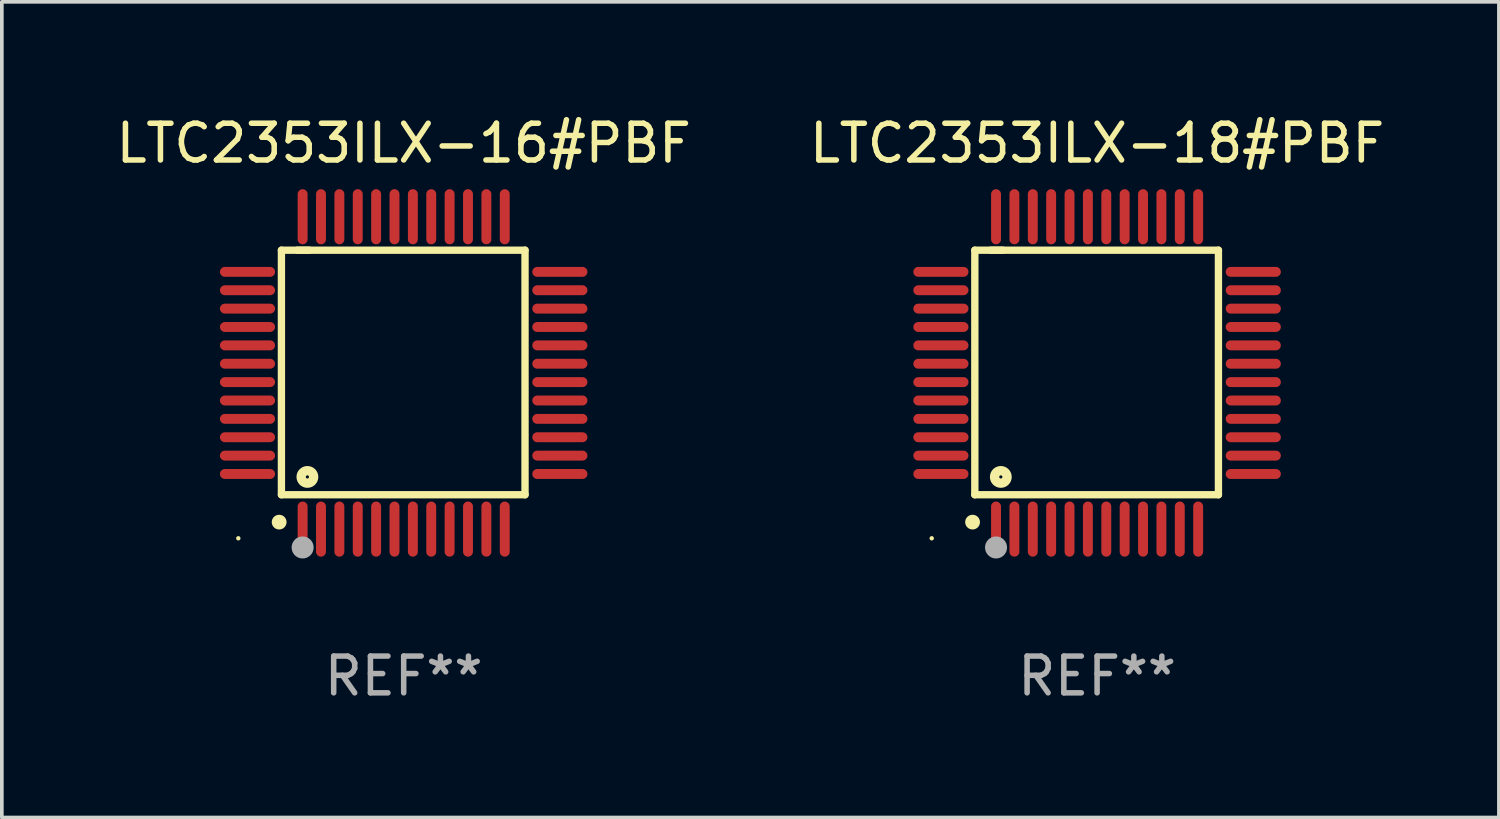
<source format=kicad_pcb>
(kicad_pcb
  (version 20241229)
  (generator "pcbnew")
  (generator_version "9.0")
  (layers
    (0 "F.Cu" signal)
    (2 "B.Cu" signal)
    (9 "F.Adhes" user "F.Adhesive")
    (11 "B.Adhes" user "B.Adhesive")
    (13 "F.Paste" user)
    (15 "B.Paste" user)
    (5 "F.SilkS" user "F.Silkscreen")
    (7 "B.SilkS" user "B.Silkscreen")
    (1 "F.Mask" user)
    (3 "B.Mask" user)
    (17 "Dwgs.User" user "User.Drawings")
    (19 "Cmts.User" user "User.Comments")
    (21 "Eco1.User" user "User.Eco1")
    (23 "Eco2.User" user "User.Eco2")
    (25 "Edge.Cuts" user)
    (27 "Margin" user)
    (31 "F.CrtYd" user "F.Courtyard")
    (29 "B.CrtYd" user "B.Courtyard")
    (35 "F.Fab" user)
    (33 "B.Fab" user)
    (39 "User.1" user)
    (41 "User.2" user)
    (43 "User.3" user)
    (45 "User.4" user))
  (footprint "LTC2353ILX-16#PBF"
    (layer "F.Cu")
    (at 7.935 7.098)
    (property "Reference" "LTC2353ILX-16#PBF" (at 0 -6.25 0) (layer "F.SilkS") (effects (font (size 1 1) (thickness 0.15))))
    (attr through_hole)
    (fp_line (start -3.327 -3.34) (end -2.565 -3.34) (stroke (width 0.2) (type solid)) (layer "F.SilkS"))
    (fp_line (start -3.327 3.315) (end -3.327 -3.34) (stroke (width 0.2) (type solid)) (layer "F.SilkS"))
    (fp_line (start -2.896 -3.34) (end 3.302 -3.34) (stroke (width 0.2) (type solid)) (layer "F.SilkS"))
    (fp_line (start 3.302 -3.34) (end 3.302 3.315) (stroke (width 0.2) (type solid)) (layer "F.SilkS"))
    (fp_line (start 3.302 3.315) (end -3.327 3.315) (stroke (width 0.2) (type solid)) (layer "F.SilkS"))
    (fp_arc (start -3.389992 4.059995) (mid -3.388722 4.059991) (end -3.387452 4.059995) (stroke (width 0.4) (type solid)) (layer "F.SilkS"))
    (fp_circle (center -4.5 4.5) (end -4.47 4.5) (stroke (width 0.06) (type solid)) (fill no) (layer "F.SilkS"))
    (fp_circle (center -2.62 2.83) (end -2.45 2.83) (stroke (width 0.254) (type solid)) (fill no) (layer "F.SilkS"))
    (fp_circle (center -2.75 4.75) (end -2.6 4.75) (stroke (width 0.3) (type solid)) (fill no) (layer "F.Fab"))
    (fp_text user "REF**" (at 0 8.25 0) (layer "F.Fab") (effects (font (size 1 1) (thickness 0.15))))
    (pad "1" smd oval (at -2.75 4.25) (size 0.27 1.5) (layers "F.Cu" "F.Mask" "F.Paste"))
    (pad "2" smd oval (at -2.25 4.25) (size 0.27 1.5) (layers "F.Cu" "F.Mask" "F.Paste"))
    (pad "3" smd oval (at -1.75 4.25) (size 0.27 1.5) (layers "F.Cu" "F.Mask" "F.Paste"))
    (pad "4" smd oval (at -1.25 4.25) (size 0.27 1.5) (layers "F.Cu" "F.Mask" "F.Paste"))
    (pad "5" smd oval (at -0.75 4.25) (size 0.27 1.5) (layers "F.Cu" "F.Mask" "F.Paste"))
    (pad "6" smd oval (at -0.25 4.25) (size 0.27 1.5) (layers "F.Cu" "F.Mask" "F.Paste"))
    (pad "7" smd oval (at 0.25 4.25) (size 0.27 1.5) (layers "F.Cu" "F.Mask" "F.Paste"))
    (pad "8" smd oval (at 0.75 4.25) (size 0.27 1.5) (layers "F.Cu" "F.Mask" "F.Paste"))
    (pad "9" smd oval (at 1.25 4.25) (size 0.27 1.5) (layers "F.Cu" "F.Mask" "F.Paste"))
    (pad "10" smd oval (at 1.75 4.25) (size 0.27 1.5) (layers "F.Cu" "F.Mask" "F.Paste"))
    (pad "11" smd oval (at 2.25 4.25) (size 0.27 1.5) (layers "F.Cu" "F.Mask" "F.Paste"))
    (pad "12" smd oval (at 2.75 4.25) (size 0.27 1.5) (layers "F.Cu" "F.Mask" "F.Paste"))
    (pad "13" smd oval (at 4.25 2.75) (size 1.5 0.27) (layers "F.Cu" "F.Mask" "F.Paste"))
    (pad "14" smd oval (at 4.25 2.25) (size 1.5 0.27) (layers "F.Cu" "F.Mask" "F.Paste"))
    (pad "15" smd oval (at 4.25 1.75) (size 1.5 0.27) (layers "F.Cu" "F.Mask" "F.Paste"))
    (pad "16" smd oval (at 4.25 1.25) (size 1.5 0.27) (layers "F.Cu" "F.Mask" "F.Paste"))
    (pad "17" smd oval (at 4.25 0.75) (size 1.5 0.27) (layers "F.Cu" "F.Mask" "F.Paste"))
    (pad "18" smd oval (at 4.25 0.25) (size 1.5 0.27) (layers "F.Cu" "F.Mask" "F.Paste"))
    (pad "19" smd oval (at 4.25 -0.25) (size 1.5 0.27) (layers "F.Cu" "F.Mask" "F.Paste"))
    (pad "20" smd oval (at 4.25 -0.75) (size 1.5 0.27) (layers "F.Cu" "F.Mask" "F.Paste"))
    (pad "21" smd oval (at 4.25 -1.25) (size 1.5 0.27) (layers "F.Cu" "F.Mask" "F.Paste"))
    (pad "22" smd oval (at 4.25 -1.75) (size 1.5 0.27) (layers "F.Cu" "F.Mask" "F.Paste"))
    (pad "23" smd oval (at 4.25 -2.25) (size 1.5 0.27) (layers "F.Cu" "F.Mask" "F.Paste"))
    (pad "24" smd oval (at 4.25 -2.75) (size 1.5 0.27) (layers "F.Cu" "F.Mask" "F.Paste"))
    (pad "25" smd oval (at 2.75 -4.25) (size 0.27 1.5) (layers "F.Cu" "F.Mask" "F.Paste"))
    (pad "26" smd oval (at 2.25 -4.25) (size 0.27 1.5) (layers "F.Cu" "F.Mask" "F.Paste"))
    (pad "27" smd oval (at 1.75 -4.25) (size 0.27 1.5) (layers "F.Cu" "F.Mask" "F.Paste"))
    (pad "28" smd oval (at 1.25 -4.25) (size 0.27 1.5) (layers "F.Cu" "F.Mask" "F.Paste"))
    (pad "29" smd oval (at 0.75 -4.25) (size 0.27 1.5) (layers "F.Cu" "F.Mask" "F.Paste"))
    (pad "30" smd oval (at 0.25 -4.25) (size 0.27 1.5) (layers "F.Cu" "F.Mask" "F.Paste"))
    (pad "31" smd oval (at -0.25 -4.25) (size 0.27 1.5) (layers "F.Cu" "F.Mask" "F.Paste"))
    (pad "32" smd oval (at -0.75 -4.25) (size 0.27 1.5) (layers "F.Cu" "F.Mask" "F.Paste"))
    (pad "33" smd oval (at -1.25 -4.25) (size 0.27 1.5) (layers "F.Cu" "F.Mask" "F.Paste"))
    (pad "34" smd oval (at -1.75 -4.25) (size 0.27 1.5) (layers "F.Cu" "F.Mask" "F.Paste"))
    (pad "35" smd oval (at -2.25 -4.25) (size 0.27 1.5) (layers "F.Cu" "F.Mask" "F.Paste"))
    (pad "36" smd oval (at -2.75 -4.25) (size 0.27 1.5) (layers "F.Cu" "F.Mask" "F.Paste"))
    (pad "37" smd oval (at -4.25 -2.75) (size 1.5 0.27) (layers "F.Cu" "F.Mask" "F.Paste"))
    (pad "38" smd oval (at -4.25 -2.25) (size 1.5 0.27) (layers "F.Cu" "F.Mask" "F.Paste"))
    (pad "39" smd oval (at -4.25 -1.75) (size 1.5 0.27) (layers "F.Cu" "F.Mask" "F.Paste"))
    (pad "40" smd oval (at -4.25 -1.25) (size 1.5 0.27) (layers "F.Cu" "F.Mask" "F.Paste"))
    (pad "41" smd oval (at -4.25 -0.75) (size 1.5 0.27) (layers "F.Cu" "F.Mask" "F.Paste"))
    (pad "42" smd oval (at -4.25 -0.25) (size 1.5 0.27) (layers "F.Cu" "F.Mask" "F.Paste"))
    (pad "43" smd oval (at -4.25 0.25) (size 1.5 0.27) (layers "F.Cu" "F.Mask" "F.Paste"))
    (pad "44" smd oval (at -4.25 0.75) (size 1.5 0.27) (layers "F.Cu" "F.Mask" "F.Paste"))
    (pad "45" smd oval (at -4.25 1.25) (size 1.5 0.27) (layers "F.Cu" "F.Mask" "F.Paste"))
    (pad "46" smd oval (at -4.25 1.75) (size 1.5 0.27) (layers "F.Cu" "F.Mask" "F.Paste"))
    (pad "47" smd oval (at -4.25 2.25) (size 1.5 0.27) (layers "F.Cu" "F.Mask" "F.Paste"))
    (pad "48" smd oval (at -4.25 2.75) (size 1.5 0.27) (layers "F.Cu" "F.Mask" "F.Paste")))
  (footprint "LTC2353ILX-18#PBF"
    (layer "F.Cu")
    (at 26.804 7.098)
    (property "Reference" "LTC2353ILX-18#PBF" (at 0 -6.25 0) (layer "F.SilkS") (effects (font (size 1 1) (thickness 0.15))))
    (attr through_hole)
    (fp_line (start -3.327 -3.34) (end -2.565 -3.34) (stroke (width 0.2) (type solid)) (layer "F.SilkS"))
    (fp_line (start -3.327 3.315) (end -3.327 -3.34) (stroke (width 0.2) (type solid)) (layer "F.SilkS"))
    (fp_line (start -2.896 -3.34) (end 3.302 -3.34) (stroke (width 0.2) (type solid)) (layer "F.SilkS"))
    (fp_line (start 3.302 -3.34) (end 3.302 3.315) (stroke (width 0.2) (type solid)) (layer "F.SilkS"))
    (fp_line (start 3.302 3.315) (end -3.327 3.315) (stroke (width 0.2) (type solid)) (layer "F.SilkS"))
    (fp_arc (start -3.389992 4.059995) (mid -3.388722 4.059991) (end -3.387452 4.059995) (stroke (width 0.4) (type solid)) (layer "F.SilkS"))
    (fp_circle (center -4.5 4.5) (end -4.47 4.5) (stroke (width 0.06) (type solid)) (fill no) (layer "F.SilkS"))
    (fp_circle (center -2.62 2.83) (end -2.45 2.83) (stroke (width 0.254) (type solid)) (fill no) (layer "F.SilkS"))
    (fp_circle (center -2.75 4.75) (end -2.6 4.75) (stroke (width 0.3) (type solid)) (fill no) (layer "F.Fab"))
    (fp_text user "REF**" (at 0 8.25 0) (layer "F.Fab") (effects (font (size 1 1) (thickness 0.15))))
    (pad "1" smd oval (at -2.75 4.25) (size 0.27 1.5) (layers "F.Cu" "F.Mask" "F.Paste"))
    (pad "2" smd oval (at -2.25 4.25) (size 0.27 1.5) (layers "F.Cu" "F.Mask" "F.Paste"))
    (pad "3" smd oval (at -1.75 4.25) (size 0.27 1.5) (layers "F.Cu" "F.Mask" "F.Paste"))
    (pad "4" smd oval (at -1.25 4.25) (size 0.27 1.5) (layers "F.Cu" "F.Mask" "F.Paste"))
    (pad "5" smd oval (at -0.75 4.25) (size 0.27 1.5) (layers "F.Cu" "F.Mask" "F.Paste"))
    (pad "6" smd oval (at -0.25 4.25) (size 0.27 1.5) (layers "F.Cu" "F.Mask" "F.Paste"))
    (pad "7" smd oval (at 0.25 4.25) (size 0.27 1.5) (layers "F.Cu" "F.Mask" "F.Paste"))
    (pad "8" smd oval (at 0.75 4.25) (size 0.27 1.5) (layers "F.Cu" "F.Mask" "F.Paste"))
    (pad "9" smd oval (at 1.25 4.25) (size 0.27 1.5) (layers "F.Cu" "F.Mask" "F.Paste"))
    (pad "10" smd oval (at 1.75 4.25) (size 0.27 1.5) (layers "F.Cu" "F.Mask" "F.Paste"))
    (pad "11" smd oval (at 2.25 4.25) (size 0.27 1.5) (layers "F.Cu" "F.Mask" "F.Paste"))
    (pad "12" smd oval (at 2.75 4.25) (size 0.27 1.5) (layers "F.Cu" "F.Mask" "F.Paste"))
    (pad "13" smd oval (at 4.25 2.75) (size 1.5 0.27) (layers "F.Cu" "F.Mask" "F.Paste"))
    (pad "14" smd oval (at 4.25 2.25) (size 1.5 0.27) (layers "F.Cu" "F.Mask" "F.Paste"))
    (pad "15" smd oval (at 4.25 1.75) (size 1.5 0.27) (layers "F.Cu" "F.Mask" "F.Paste"))
    (pad "16" smd oval (at 4.25 1.25) (size 1.5 0.27) (layers "F.Cu" "F.Mask" "F.Paste"))
    (pad "17" smd oval (at 4.25 0.75) (size 1.5 0.27) (layers "F.Cu" "F.Mask" "F.Paste"))
    (pad "18" smd oval (at 4.25 0.25) (size 1.5 0.27) (layers "F.Cu" "F.Mask" "F.Paste"))
    (pad "19" smd oval (at 4.25 -0.25) (size 1.5 0.27) (layers "F.Cu" "F.Mask" "F.Paste"))
    (pad "20" smd oval (at 4.25 -0.75) (size 1.5 0.27) (layers "F.Cu" "F.Mask" "F.Paste"))
    (pad "21" smd oval (at 4.25 -1.25) (size 1.5 0.27) (layers "F.Cu" "F.Mask" "F.Paste"))
    (pad "22" smd oval (at 4.25 -1.75) (size 1.5 0.27) (layers "F.Cu" "F.Mask" "F.Paste"))
    (pad "23" smd oval (at 4.25 -2.25) (size 1.5 0.27) (layers "F.Cu" "F.Mask" "F.Paste"))
    (pad "24" smd oval (at 4.25 -2.75) (size 1.5 0.27) (layers "F.Cu" "F.Mask" "F.Paste"))
    (pad "25" smd oval (at 2.75 -4.25) (size 0.27 1.5) (layers "F.Cu" "F.Mask" "F.Paste"))
    (pad "26" smd oval (at 2.25 -4.25) (size 0.27 1.5) (layers "F.Cu" "F.Mask" "F.Paste"))
    (pad "27" smd oval (at 1.75 -4.25) (size 0.27 1.5) (layers "F.Cu" "F.Mask" "F.Paste"))
    (pad "28" smd oval (at 1.25 -4.25) (size 0.27 1.5) (layers "F.Cu" "F.Mask" "F.Paste"))
    (pad "29" smd oval (at 0.75 -4.25) (size 0.27 1.5) (layers "F.Cu" "F.Mask" "F.Paste"))
    (pad "30" smd oval (at 0.25 -4.25) (size 0.27 1.5) (layers "F.Cu" "F.Mask" "F.Paste"))
    (pad "31" smd oval (at -0.25 -4.25) (size 0.27 1.5) (layers "F.Cu" "F.Mask" "F.Paste"))
    (pad "32" smd oval (at -0.75 -4.25) (size 0.27 1.5) (layers "F.Cu" "F.Mask" "F.Paste"))
    (pad "33" smd oval (at -1.25 -4.25) (size 0.27 1.5) (layers "F.Cu" "F.Mask" "F.Paste"))
    (pad "34" smd oval (at -1.75 -4.25) (size 0.27 1.5) (layers "F.Cu" "F.Mask" "F.Paste"))
    (pad "35" smd oval (at -2.25 -4.25) (size 0.27 1.5) (layers "F.Cu" "F.Mask" "F.Paste"))
    (pad "36" smd oval (at -2.75 -4.25) (size 0.27 1.5) (layers "F.Cu" "F.Mask" "F.Paste"))
    (pad "37" smd oval (at -4.25 -2.75) (size 1.5 0.27) (layers "F.Cu" "F.Mask" "F.Paste"))
    (pad "38" smd oval (at -4.25 -2.25) (size 1.5 0.27) (layers "F.Cu" "F.Mask" "F.Paste"))
    (pad "39" smd oval (at -4.25 -1.75) (size 1.5 0.27) (layers "F.Cu" "F.Mask" "F.Paste"))
    (pad "40" smd oval (at -4.25 -1.25) (size 1.5 0.27) (layers "F.Cu" "F.Mask" "F.Paste"))
    (pad "41" smd oval (at -4.25 -0.75) (size 1.5 0.27) (layers "F.Cu" "F.Mask" "F.Paste"))
    (pad "42" smd oval (at -4.25 -0.25) (size 1.5 0.27) (layers "F.Cu" "F.Mask" "F.Paste"))
    (pad "43" smd oval (at -4.25 0.25) (size 1.5 0.27) (layers "F.Cu" "F.Mask" "F.Paste"))
    (pad "44" smd oval (at -4.25 0.75) (size 1.5 0.27) (layers "F.Cu" "F.Mask" "F.Paste"))
    (pad "45" smd oval (at -4.25 1.25) (size 1.5 0.27) (layers "F.Cu" "F.Mask" "F.Paste"))
    (pad "46" smd oval (at -4.25 1.75) (size 1.5 0.27) (layers "F.Cu" "F.Mask" "F.Paste"))
    (pad "47" smd oval (at -4.25 2.25) (size 1.5 0.27) (layers "F.Cu" "F.Mask" "F.Paste"))
    (pad "48" smd oval (at -4.25 2.75) (size 1.5 0.27) (layers "F.Cu" "F.Mask" "F.Paste")))
  (gr_rect
    (start -3 -3)
    (end 37.738 19.196)
    (stroke (width 0.1) (type default))
    (fill no)
    (layer "Edge.Cuts")))
</source>
